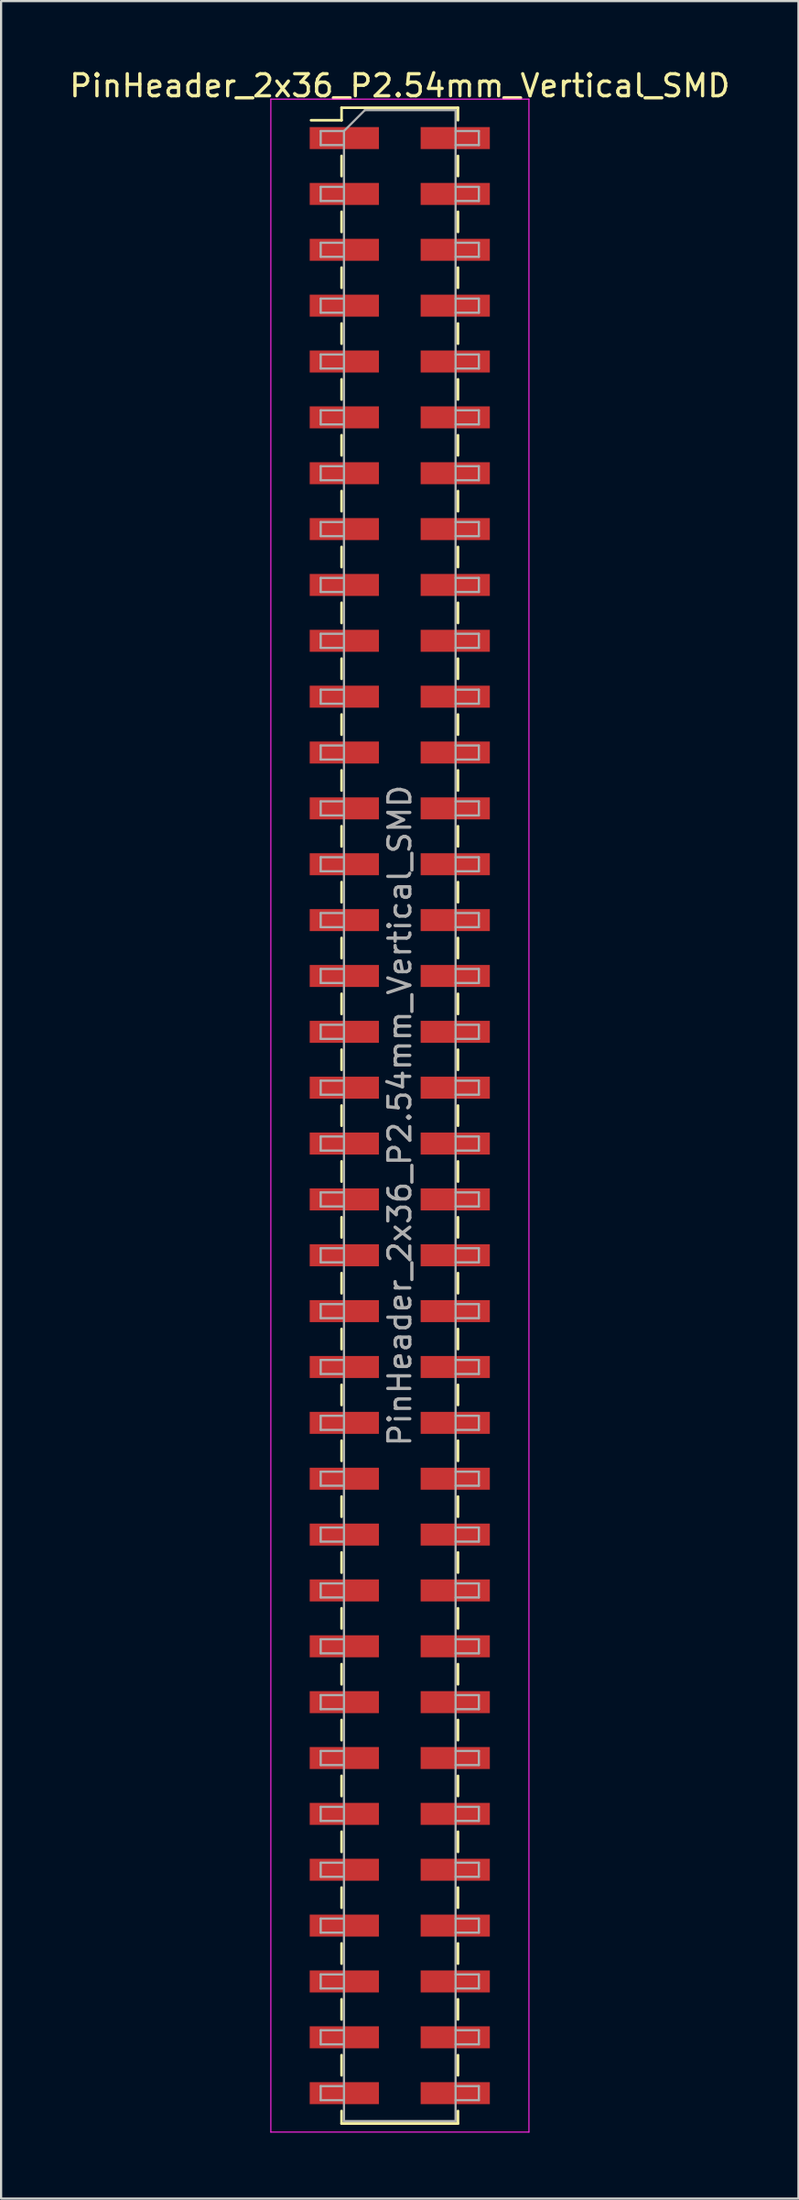
<source format=kicad_pcb>
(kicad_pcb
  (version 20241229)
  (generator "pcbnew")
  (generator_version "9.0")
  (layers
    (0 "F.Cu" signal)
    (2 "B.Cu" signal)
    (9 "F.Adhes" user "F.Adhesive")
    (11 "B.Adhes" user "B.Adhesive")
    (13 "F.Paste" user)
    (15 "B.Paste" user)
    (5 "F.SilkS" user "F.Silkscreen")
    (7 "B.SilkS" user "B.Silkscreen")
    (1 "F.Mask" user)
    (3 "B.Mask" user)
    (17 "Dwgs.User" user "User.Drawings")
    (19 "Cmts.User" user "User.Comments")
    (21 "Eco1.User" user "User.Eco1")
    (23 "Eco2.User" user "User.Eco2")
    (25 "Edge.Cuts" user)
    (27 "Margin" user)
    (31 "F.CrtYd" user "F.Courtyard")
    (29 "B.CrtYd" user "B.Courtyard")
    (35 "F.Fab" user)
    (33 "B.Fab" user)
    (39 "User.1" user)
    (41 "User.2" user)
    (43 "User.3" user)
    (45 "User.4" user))
  (footprint "PinHeader_2x36_P2.54mm_Vertical_SMD"
    (layer "F.Cu")
    (at 15.149 47.678)
    (property "Reference" "PinHeader_2x36_P2.54mm_Vertical_SMD" (at 0 -46.83 0) (layer "F.SilkS") (effects (font (size 1 1) (thickness 0.15))))
    (attr smd)
    (fp_line (start -4.04 -45.26) (end -2.65 -45.26) (stroke (width 0.12) (type solid)) (layer "F.SilkS"))
    (fp_line (start -2.65 -45.83) (end -2.65 -45.26) (stroke (width 0.12) (type solid)) (layer "F.SilkS"))
    (fp_line (start -2.65 -45.83) (end 2.65 -45.83) (stroke (width 0.12) (type solid)) (layer "F.SilkS"))
    (fp_line (start -2.65 -43.64) (end -2.65 -42.72) (stroke (width 0.12) (type solid)) (layer "F.SilkS"))
    (fp_line (start -2.65 -41.1) (end -2.65 -40.18) (stroke (width 0.12) (type solid)) (layer "F.SilkS"))
    (fp_line (start -2.65 -38.56) (end -2.65 -37.64) (stroke (width 0.12) (type solid)) (layer "F.SilkS"))
    (fp_line (start -2.65 -36.02) (end -2.65 -35.1) (stroke (width 0.12) (type solid)) (layer "F.SilkS"))
    (fp_line (start -2.65 -33.48) (end -2.65 -32.56) (stroke (width 0.12) (type solid)) (layer "F.SilkS"))
    (fp_line (start -2.65 -30.94) (end -2.65 -30.02) (stroke (width 0.12) (type solid)) (layer "F.SilkS"))
    (fp_line (start -2.65 -28.4) (end -2.65 -27.48) (stroke (width 0.12) (type solid)) (layer "F.SilkS"))
    (fp_line (start -2.65 -25.86) (end -2.65 -24.94) (stroke (width 0.12) (type solid)) (layer "F.SilkS"))
    (fp_line (start -2.65 -23.32) (end -2.65 -22.4) (stroke (width 0.12) (type solid)) (layer "F.SilkS"))
    (fp_line (start -2.65 -20.78) (end -2.65 -19.86) (stroke (width 0.12) (type solid)) (layer "F.SilkS"))
    (fp_line (start -2.65 -18.24) (end -2.65 -17.32) (stroke (width 0.12) (type solid)) (layer "F.SilkS"))
    (fp_line (start -2.65 -15.7) (end -2.65 -14.78) (stroke (width 0.12) (type solid)) (layer "F.SilkS"))
    (fp_line (start -2.65 -13.16) (end -2.65 -12.24) (stroke (width 0.12) (type solid)) (layer "F.SilkS"))
    (fp_line (start -2.65 -10.62) (end -2.65 -9.7) (stroke (width 0.12) (type solid)) (layer "F.SilkS"))
    (fp_line (start -2.65 -8.08) (end -2.65 -7.16) (stroke (width 0.12) (type solid)) (layer "F.SilkS"))
    (fp_line (start -2.65 -5.54) (end -2.65 -4.62) (stroke (width 0.12) (type solid)) (layer "F.SilkS"))
    (fp_line (start -2.65 -3) (end -2.65 -2.08) (stroke (width 0.12) (type solid)) (layer "F.SilkS"))
    (fp_line (start -2.65 -0.46) (end -2.65 0.46) (stroke (width 0.12) (type solid)) (layer "F.SilkS"))
    (fp_line (start -2.65 2.08) (end -2.65 3) (stroke (width 0.12) (type solid)) (layer "F.SilkS"))
    (fp_line (start -2.65 4.62) (end -2.65 5.54) (stroke (width 0.12) (type solid)) (layer "F.SilkS"))
    (fp_line (start -2.65 7.16) (end -2.65 8.08) (stroke (width 0.12) (type solid)) (layer "F.SilkS"))
    (fp_line (start -2.65 9.7) (end -2.65 10.62) (stroke (width 0.12) (type solid)) (layer "F.SilkS"))
    (fp_line (start -2.65 12.24) (end -2.65 13.16) (stroke (width 0.12) (type solid)) (layer "F.SilkS"))
    (fp_line (start -2.65 14.78) (end -2.65 15.7) (stroke (width 0.12) (type solid)) (layer "F.SilkS"))
    (fp_line (start -2.65 17.32) (end -2.65 18.24) (stroke (width 0.12) (type solid)) (layer "F.SilkS"))
    (fp_line (start -2.65 19.86) (end -2.65 20.78) (stroke (width 0.12) (type solid)) (layer "F.SilkS"))
    (fp_line (start -2.65 22.4) (end -2.65 23.32) (stroke (width 0.12) (type solid)) (layer "F.SilkS"))
    (fp_line (start -2.65 24.94) (end -2.65 25.86) (stroke (width 0.12) (type solid)) (layer "F.SilkS"))
    (fp_line (start -2.65 27.48) (end -2.65 28.4) (stroke (width 0.12) (type solid)) (layer "F.SilkS"))
    (fp_line (start -2.65 30.02) (end -2.65 30.94) (stroke (width 0.12) (type solid)) (layer "F.SilkS"))
    (fp_line (start -2.65 32.56) (end -2.65 33.48) (stroke (width 0.12) (type solid)) (layer "F.SilkS"))
    (fp_line (start -2.65 35.1) (end -2.65 36.02) (stroke (width 0.12) (type solid)) (layer "F.SilkS"))
    (fp_line (start -2.65 37.64) (end -2.65 38.56) (stroke (width 0.12) (type solid)) (layer "F.SilkS"))
    (fp_line (start -2.65 40.18) (end -2.65 41.1) (stroke (width 0.12) (type solid)) (layer "F.SilkS"))
    (fp_line (start -2.65 42.72) (end -2.65 43.64) (stroke (width 0.12) (type solid)) (layer "F.SilkS"))
    (fp_line (start -2.65 45.26) (end -2.65 45.83) (stroke (width 0.12) (type solid)) (layer "F.SilkS"))
    (fp_line (start -2.65 45.83) (end 2.65 45.83) (stroke (width 0.12) (type solid)) (layer "F.SilkS"))
    (fp_line (start 2.65 -45.83) (end 2.65 -45.26) (stroke (width 0.12) (type solid)) (layer "F.SilkS"))
    (fp_line (start 2.65 -43.64) (end 2.65 -42.72) (stroke (width 0.12) (type solid)) (layer "F.SilkS"))
    (fp_line (start 2.65 -41.1) (end 2.65 -40.18) (stroke (width 0.12) (type solid)) (layer "F.SilkS"))
    (fp_line (start 2.65 -38.56) (end 2.65 -37.64) (stroke (width 0.12) (type solid)) (layer "F.SilkS"))
    (fp_line (start 2.65 -36.02) (end 2.65 -35.1) (stroke (width 0.12) (type solid)) (layer "F.SilkS"))
    (fp_line (start 2.65 -33.48) (end 2.65 -32.56) (stroke (width 0.12) (type solid)) (layer "F.SilkS"))
    (fp_line (start 2.65 -30.94) (end 2.65 -30.02) (stroke (width 0.12) (type solid)) (layer "F.SilkS"))
    (fp_line (start 2.65 -28.4) (end 2.65 -27.48) (stroke (width 0.12) (type solid)) (layer "F.SilkS"))
    (fp_line (start 2.65 -25.86) (end 2.65 -24.94) (stroke (width 0.12) (type solid)) (layer "F.SilkS"))
    (fp_line (start 2.65 -23.32) (end 2.65 -22.4) (stroke (width 0.12) (type solid)) (layer "F.SilkS"))
    (fp_line (start 2.65 -20.78) (end 2.65 -19.86) (stroke (width 0.12) (type solid)) (layer "F.SilkS"))
    (fp_line (start 2.65 -18.24) (end 2.65 -17.32) (stroke (width 0.12) (type solid)) (layer "F.SilkS"))
    (fp_line (start 2.65 -15.7) (end 2.65 -14.78) (stroke (width 0.12) (type solid)) (layer "F.SilkS"))
    (fp_line (start 2.65 -13.16) (end 2.65 -12.24) (stroke (width 0.12) (type solid)) (layer "F.SilkS"))
    (fp_line (start 2.65 -10.62) (end 2.65 -9.7) (stroke (width 0.12) (type solid)) (layer "F.SilkS"))
    (fp_line (start 2.65 -8.08) (end 2.65 -7.16) (stroke (width 0.12) (type solid)) (layer "F.SilkS"))
    (fp_line (start 2.65 -5.54) (end 2.65 -4.62) (stroke (width 0.12) (type solid)) (layer "F.SilkS"))
    (fp_line (start 2.65 -3) (end 2.65 -2.08) (stroke (width 0.12) (type solid)) (layer "F.SilkS"))
    (fp_line (start 2.65 -0.46) (end 2.65 0.46) (stroke (width 0.12) (type solid)) (layer "F.SilkS"))
    (fp_line (start 2.65 2.08) (end 2.65 3) (stroke (width 0.12) (type solid)) (layer "F.SilkS"))
    (fp_line (start 2.65 4.62) (end 2.65 5.54) (stroke (width 0.12) (type solid)) (layer "F.SilkS"))
    (fp_line (start 2.65 7.16) (end 2.65 8.08) (stroke (width 0.12) (type solid)) (layer "F.SilkS"))
    (fp_line (start 2.65 9.7) (end 2.65 10.62) (stroke (width 0.12) (type solid)) (layer "F.SilkS"))
    (fp_line (start 2.65 12.24) (end 2.65 13.16) (stroke (width 0.12) (type solid)) (layer "F.SilkS"))
    (fp_line (start 2.65 14.78) (end 2.65 15.7) (stroke (width 0.12) (type solid)) (layer "F.SilkS"))
    (fp_line (start 2.65 17.32) (end 2.65 18.24) (stroke (width 0.12) (type solid)) (layer "F.SilkS"))
    (fp_line (start 2.65 19.86) (end 2.65 20.78) (stroke (width 0.12) (type solid)) (layer "F.SilkS"))
    (fp_line (start 2.65 22.4) (end 2.65 23.32) (stroke (width 0.12) (type solid)) (layer "F.SilkS"))
    (fp_line (start 2.65 24.94) (end 2.65 25.86) (stroke (width 0.12) (type solid)) (layer "F.SilkS"))
    (fp_line (start 2.65 27.48) (end 2.65 28.4) (stroke (width 0.12) (type solid)) (layer "F.SilkS"))
    (fp_line (start 2.65 30.02) (end 2.65 30.94) (stroke (width 0.12) (type solid)) (layer "F.SilkS"))
    (fp_line (start 2.65 32.56) (end 2.65 33.48) (stroke (width 0.12) (type solid)) (layer "F.SilkS"))
    (fp_line (start 2.65 35.1) (end 2.65 36.02) (stroke (width 0.12) (type solid)) (layer "F.SilkS"))
    (fp_line (start 2.65 37.64) (end 2.65 38.56) (stroke (width 0.12) (type solid)) (layer "F.SilkS"))
    (fp_line (start 2.65 40.18) (end 2.65 41.1) (stroke (width 0.12) (type solid)) (layer "F.SilkS"))
    (fp_line (start 2.65 42.72) (end 2.65 43.64) (stroke (width 0.12) (type solid)) (layer "F.SilkS"))
    (fp_line (start 2.65 45.26) (end 2.65 45.83) (stroke (width 0.12) (type solid)) (layer "F.SilkS"))
    (fp_line (start -5.87 -46.22) (end -5.87 46.22) (stroke (width 0.05) (type solid)) (layer "F.CrtYd"))
    (fp_line (start -5.87 46.22) (end 5.88 46.22) (stroke (width 0.05) (type solid)) (layer "F.CrtYd"))
    (fp_line (start 5.88 -46.22) (end -5.87 -46.22) (stroke (width 0.05) (type solid)) (layer "F.CrtYd"))
    (fp_line (start 5.88 46.22) (end 5.88 -46.22) (stroke (width 0.05) (type solid)) (layer "F.CrtYd"))
    (fp_line (start -3.6 -44.77) (end -3.6 -44.13) (stroke (width 0.1) (type solid)) (layer "F.Fab"))
    (fp_line (start -3.6 -44.13) (end -2.54 -44.13) (stroke (width 0.1) (type solid)) (layer "F.Fab"))
    (fp_line (start -3.6 -42.23) (end -3.6 -41.59) (stroke (width 0.1) (type solid)) (layer "F.Fab"))
    (fp_line (start -3.6 -41.59) (end -2.54 -41.59) (stroke (width 0.1) (type solid)) (layer "F.Fab"))
    (fp_line (start -3.6 -39.69) (end -3.6 -39.05) (stroke (width 0.1) (type solid)) (layer "F.Fab"))
    (fp_line (start -3.6 -39.05) (end -2.54 -39.05) (stroke (width 0.1) (type solid)) (layer "F.Fab"))
    (fp_line (start -3.6 -37.15) (end -3.6 -36.51) (stroke (width 0.1) (type solid)) (layer "F.Fab"))
    (fp_line (start -3.6 -36.51) (end -2.54 -36.51) (stroke (width 0.1) (type solid)) (layer "F.Fab"))
    (fp_line (start -3.6 -34.61) (end -3.6 -33.97) (stroke (width 0.1) (type solid)) (layer "F.Fab"))
    (fp_line (start -3.6 -33.97) (end -2.54 -33.97) (stroke (width 0.1) (type solid)) (layer "F.Fab"))
    (fp_line (start -3.6 -32.07) (end -3.6 -31.43) (stroke (width 0.1) (type solid)) (layer "F.Fab"))
    (fp_line (start -3.6 -31.43) (end -2.54 -31.43) (stroke (width 0.1) (type solid)) (layer "F.Fab"))
    (fp_line (start -3.6 -29.53) (end -3.6 -28.89) (stroke (width 0.1) (type solid)) (layer "F.Fab"))
    (fp_line (start -3.6 -28.89) (end -2.54 -28.89) (stroke (width 0.1) (type solid)) (layer "F.Fab"))
    (fp_line (start -3.6 -26.99) (end -3.6 -26.35) (stroke (width 0.1) (type solid)) (layer "F.Fab"))
    (fp_line (start -3.6 -26.35) (end -2.54 -26.35) (stroke (width 0.1) (type solid)) (layer "F.Fab"))
    (fp_line (start -3.6 -24.45) (end -3.6 -23.81) (stroke (width 0.1) (type solid)) (layer "F.Fab"))
    (fp_line (start -3.6 -23.81) (end -2.54 -23.81) (stroke (width 0.1) (type solid)) (layer "F.Fab"))
    (fp_line (start -3.6 -21.91) (end -3.6 -21.27) (stroke (width 0.1) (type solid)) (layer "F.Fab"))
    (fp_line (start -3.6 -21.27) (end -2.54 -21.27) (stroke (width 0.1) (type solid)) (layer "F.Fab"))
    (fp_line (start -3.6 -19.37) (end -3.6 -18.73) (stroke (width 0.1) (type solid)) (layer "F.Fab"))
    (fp_line (start -3.6 -18.73) (end -2.54 -18.73) (stroke (width 0.1) (type solid)) (layer "F.Fab"))
    (fp_line (start -3.6 -16.83) (end -3.6 -16.19) (stroke (width 0.1) (type solid)) (layer "F.Fab"))
    (fp_line (start -3.6 -16.19) (end -2.54 -16.19) (stroke (width 0.1) (type solid)) (layer "F.Fab"))
    (fp_line (start -3.6 -14.29) (end -3.6 -13.65) (stroke (width 0.1) (type solid)) (layer "F.Fab"))
    (fp_line (start -3.6 -13.65) (end -2.54 -13.65) (stroke (width 0.1) (type solid)) (layer "F.Fab"))
    (fp_line (start -3.6 -11.75) (end -3.6 -11.11) (stroke (width 0.1) (type solid)) (layer "F.Fab"))
    (fp_line (start -3.6 -11.11) (end -2.54 -11.11) (stroke (width 0.1) (type solid)) (layer "F.Fab"))
    (fp_line (start -3.6 -9.21) (end -3.6 -8.57) (stroke (width 0.1) (type solid)) (layer "F.Fab"))
    (fp_line (start -3.6 -8.57) (end -2.54 -8.57) (stroke (width 0.1) (type solid)) (layer "F.Fab"))
    (fp_line (start -3.6 -6.67) (end -3.6 -6.03) (stroke (width 0.1) (type solid)) (layer "F.Fab"))
    (fp_line (start -3.6 -6.03) (end -2.54 -6.03) (stroke (width 0.1) (type solid)) (layer "F.Fab"))
    (fp_line (start -3.6 -4.13) (end -3.6 -3.49) (stroke (width 0.1) (type solid)) (layer "F.Fab"))
    (fp_line (start -3.6 -3.49) (end -2.54 -3.49) (stroke (width 0.1) (type solid)) (layer "F.Fab"))
    (fp_line (start -3.6 -1.59) (end -3.6 -0.95) (stroke (width 0.1) (type solid)) (layer "F.Fab"))
    (fp_line (start -3.6 -0.95) (end -2.54 -0.95) (stroke (width 0.1) (type solid)) (layer "F.Fab"))
    (fp_line (start -3.6 0.95) (end -3.6 1.59) (stroke (width 0.1) (type solid)) (layer "F.Fab"))
    (fp_line (start -3.6 1.59) (end -2.54 1.59) (stroke (width 0.1) (type solid)) (layer "F.Fab"))
    (fp_line (start -3.6 3.49) (end -3.6 4.13) (stroke (width 0.1) (type solid)) (layer "F.Fab"))
    (fp_line (start -3.6 4.13) (end -2.54 4.13) (stroke (width 0.1) (type solid)) (layer "F.Fab"))
    (fp_line (start -3.6 6.03) (end -3.6 6.67) (stroke (width 0.1) (type solid)) (layer "F.Fab"))
    (fp_line (start -3.6 6.67) (end -2.54 6.67) (stroke (width 0.1) (type solid)) (layer "F.Fab"))
    (fp_line (start -3.6 8.57) (end -3.6 9.21) (stroke (width 0.1) (type solid)) (layer "F.Fab"))
    (fp_line (start -3.6 9.21) (end -2.54 9.21) (stroke (width 0.1) (type solid)) (layer "F.Fab"))
    (fp_line (start -3.6 11.11) (end -3.6 11.75) (stroke (width 0.1) (type solid)) (layer "F.Fab"))
    (fp_line (start -3.6 11.75) (end -2.54 11.75) (stroke (width 0.1) (type solid)) (layer "F.Fab"))
    (fp_line (start -3.6 13.65) (end -3.6 14.29) (stroke (width 0.1) (type solid)) (layer "F.Fab"))
    (fp_line (start -3.6 14.29) (end -2.54 14.29) (stroke (width 0.1) (type solid)) (layer "F.Fab"))
    (fp_line (start -3.6 16.19) (end -3.6 16.83) (stroke (width 0.1) (type solid)) (layer "F.Fab"))
    (fp_line (start -3.6 16.83) (end -2.54 16.83) (stroke (width 0.1) (type solid)) (layer "F.Fab"))
    (fp_line (start -3.6 18.73) (end -3.6 19.37) (stroke (width 0.1) (type solid)) (layer "F.Fab"))
    (fp_line (start -3.6 19.37) (end -2.54 19.37) (stroke (width 0.1) (type solid)) (layer "F.Fab"))
    (fp_line (start -3.6 21.27) (end -3.6 21.91) (stroke (width 0.1) (type solid)) (layer "F.Fab"))
    (fp_line (start -3.6 21.91) (end -2.54 21.91) (stroke (width 0.1) (type solid)) (layer "F.Fab"))
    (fp_line (start -3.6 23.81) (end -3.6 24.45) (stroke (width 0.1) (type solid)) (layer "F.Fab"))
    (fp_line (start -3.6 24.45) (end -2.54 24.45) (stroke (width 0.1) (type solid)) (layer "F.Fab"))
    (fp_line (start -3.6 26.35) (end -3.6 26.99) (stroke (width 0.1) (type solid)) (layer "F.Fab"))
    (fp_line (start -3.6 26.99) (end -2.54 26.99) (stroke (width 0.1) (type solid)) (layer "F.Fab"))
    (fp_line (start -3.6 28.89) (end -3.6 29.53) (stroke (width 0.1) (type solid)) (layer "F.Fab"))
    (fp_line (start -3.6 29.53) (end -2.54 29.53) (stroke (width 0.1) (type solid)) (layer "F.Fab"))
    (fp_line (start -3.6 31.43) (end -3.6 32.07) (stroke (width 0.1) (type solid)) (layer "F.Fab"))
    (fp_line (start -3.6 32.07) (end -2.54 32.07) (stroke (width 0.1) (type solid)) (layer "F.Fab"))
    (fp_line (start -3.6 33.97) (end -3.6 34.61) (stroke (width 0.1) (type solid)) (layer "F.Fab"))
    (fp_line (start -3.6 34.61) (end -2.54 34.61) (stroke (width 0.1) (type solid)) (layer "F.Fab"))
    (fp_line (start -3.6 36.51) (end -3.6 37.15) (stroke (width 0.1) (type solid)) (layer "F.Fab"))
    (fp_line (start -3.6 37.15) (end -2.54 37.15) (stroke (width 0.1) (type solid)) (layer "F.Fab"))
    (fp_line (start -3.6 39.05) (end -3.6 39.69) (stroke (width 0.1) (type solid)) (layer "F.Fab"))
    (fp_line (start -3.6 39.69) (end -2.54 39.69) (stroke (width 0.1) (type solid)) (layer "F.Fab"))
    (fp_line (start -3.6 41.59) (end -3.6 42.23) (stroke (width 0.1) (type solid)) (layer "F.Fab"))
    (fp_line (start -3.6 42.23) (end -2.54 42.23) (stroke (width 0.1) (type solid)) (layer "F.Fab"))
    (fp_line (start -3.6 44.13) (end -3.6 44.77) (stroke (width 0.1) (type solid)) (layer "F.Fab"))
    (fp_line (start -3.6 44.77) (end -2.54 44.77) (stroke (width 0.1) (type solid)) (layer "F.Fab"))
    (fp_line (start -2.54 -44.77) (end -3.6 -44.77) (stroke (width 0.1) (type solid)) (layer "F.Fab"))
    (fp_line (start -2.54 -44.77) (end -1.59 -45.72) (stroke (width 0.1) (type solid)) (layer "F.Fab"))
    (fp_line (start -2.54 -42.23) (end -3.6 -42.23) (stroke (width 0.1) (type solid)) (layer "F.Fab"))
    (fp_line (start -2.54 -39.69) (end -3.6 -39.69) (stroke (width 0.1) (type solid)) (layer "F.Fab"))
    (fp_line (start -2.54 -37.15) (end -3.6 -37.15) (stroke (width 0.1) (type solid)) (layer "F.Fab"))
    (fp_line (start -2.54 -34.61) (end -3.6 -34.61) (stroke (width 0.1) (type solid)) (layer "F.Fab"))
    (fp_line (start -2.54 -32.07) (end -3.6 -32.07) (stroke (width 0.1) (type solid)) (layer "F.Fab"))
    (fp_line (start -2.54 -29.53) (end -3.6 -29.53) (stroke (width 0.1) (type solid)) (layer "F.Fab"))
    (fp_line (start -2.54 -26.99) (end -3.6 -26.99) (stroke (width 0.1) (type solid)) (layer "F.Fab"))
    (fp_line (start -2.54 -24.45) (end -3.6 -24.45) (stroke (width 0.1) (type solid)) (layer "F.Fab"))
    (fp_line (start -2.54 -21.91) (end -3.6 -21.91) (stroke (width 0.1) (type solid)) (layer "F.Fab"))
    (fp_line (start -2.54 -19.37) (end -3.6 -19.37) (stroke (width 0.1) (type solid)) (layer "F.Fab"))
    (fp_line (start -2.54 -16.83) (end -3.6 -16.83) (stroke (width 0.1) (type solid)) (layer "F.Fab"))
    (fp_line (start -2.54 -14.29) (end -3.6 -14.29) (stroke (width 0.1) (type solid)) (layer "F.Fab"))
    (fp_line (start -2.54 -11.75) (end -3.6 -11.75) (stroke (width 0.1) (type solid)) (layer "F.Fab"))
    (fp_line (start -2.54 -9.21) (end -3.6 -9.21) (stroke (width 0.1) (type solid)) (layer "F.Fab"))
    (fp_line (start -2.54 -6.67) (end -3.6 -6.67) (stroke (width 0.1) (type solid)) (layer "F.Fab"))
    (fp_line (start -2.54 -4.13) (end -3.6 -4.13) (stroke (width 0.1) (type solid)) (layer "F.Fab"))
    (fp_line (start -2.54 -1.59) (end -3.6 -1.59) (stroke (width 0.1) (type solid)) (layer "F.Fab"))
    (fp_line (start -2.54 0.95) (end -3.6 0.95) (stroke (width 0.1) (type solid)) (layer "F.Fab"))
    (fp_line (start -2.54 3.49) (end -3.6 3.49) (stroke (width 0.1) (type solid)) (layer "F.Fab"))
    (fp_line (start -2.54 6.03) (end -3.6 6.03) (stroke (width 0.1) (type solid)) (layer "F.Fab"))
    (fp_line (start -2.54 8.57) (end -3.6 8.57) (stroke (width 0.1) (type solid)) (layer "F.Fab"))
    (fp_line (start -2.54 11.11) (end -3.6 11.11) (stroke (width 0.1) (type solid)) (layer "F.Fab"))
    (fp_line (start -2.54 13.65) (end -3.6 13.65) (stroke (width 0.1) (type solid)) (layer "F.Fab"))
    (fp_line (start -2.54 16.19) (end -3.6 16.19) (stroke (width 0.1) (type solid)) (layer "F.Fab"))
    (fp_line (start -2.54 18.73) (end -3.6 18.73) (stroke (width 0.1) (type solid)) (layer "F.Fab"))
    (fp_line (start -2.54 21.27) (end -3.6 21.27) (stroke (width 0.1) (type solid)) (layer "F.Fab"))
    (fp_line (start -2.54 23.81) (end -3.6 23.81) (stroke (width 0.1) (type solid)) (layer "F.Fab"))
    (fp_line (start -2.54 26.35) (end -3.6 26.35) (stroke (width 0.1) (type solid)) (layer "F.Fab"))
    (fp_line (start -2.54 28.89) (end -3.6 28.89) (stroke (width 0.1) (type solid)) (layer "F.Fab"))
    (fp_line (start -2.54 31.43) (end -3.6 31.43) (stroke (width 0.1) (type solid)) (layer "F.Fab"))
    (fp_line (start -2.54 33.97) (end -3.6 33.97) (stroke (width 0.1) (type solid)) (layer "F.Fab"))
    (fp_line (start -2.54 36.51) (end -3.6 36.51) (stroke (width 0.1) (type solid)) (layer "F.Fab"))
    (fp_line (start -2.54 39.05) (end -3.6 39.05) (stroke (width 0.1) (type solid)) (layer "F.Fab"))
    (fp_line (start -2.54 41.59) (end -3.6 41.59) (stroke (width 0.1) (type solid)) (layer "F.Fab"))
    (fp_line (start -2.54 44.13) (end -3.6 44.13) (stroke (width 0.1) (type solid)) (layer "F.Fab"))
    (fp_line (start -2.54 45.72) (end -2.54 -44.77) (stroke (width 0.1) (type solid)) (layer "F.Fab"))
    (fp_line (start -1.59 -45.72) (end 2.54 -45.72) (stroke (width 0.1) (type solid)) (layer "F.Fab"))
    (fp_line (start 2.54 -45.72) (end 2.54 45.72) (stroke (width 0.1) (type solid)) (layer "F.Fab"))
    (fp_line (start 2.54 -44.77) (end 3.6 -44.77) (stroke (width 0.1) (type solid)) (layer "F.Fab"))
    (fp_line (start 2.54 -42.23) (end 3.6 -42.23) (stroke (width 0.1) (type solid)) (layer "F.Fab"))
    (fp_line (start 2.54 -39.69) (end 3.6 -39.69) (stroke (width 0.1) (type solid)) (layer "F.Fab"))
    (fp_line (start 2.54 -37.15) (end 3.6 -37.15) (stroke (width 0.1) (type solid)) (layer "F.Fab"))
    (fp_line (start 2.54 -34.61) (end 3.6 -34.61) (stroke (width 0.1) (type solid)) (layer "F.Fab"))
    (fp_line (start 2.54 -32.07) (end 3.6 -32.07) (stroke (width 0.1) (type solid)) (layer "F.Fab"))
    (fp_line (start 2.54 -29.53) (end 3.6 -29.53) (stroke (width 0.1) (type solid)) (layer "F.Fab"))
    (fp_line (start 2.54 -26.99) (end 3.6 -26.99) (stroke (width 0.1) (type solid)) (layer "F.Fab"))
    (fp_line (start 2.54 -24.45) (end 3.6 -24.45) (stroke (width 0.1) (type solid)) (layer "F.Fab"))
    (fp_line (start 2.54 -21.91) (end 3.6 -21.91) (stroke (width 0.1) (type solid)) (layer "F.Fab"))
    (fp_line (start 2.54 -19.37) (end 3.6 -19.37) (stroke (width 0.1) (type solid)) (layer "F.Fab"))
    (fp_line (start 2.54 -16.83) (end 3.6 -16.83) (stroke (width 0.1) (type solid)) (layer "F.Fab"))
    (fp_line (start 2.54 -14.29) (end 3.6 -14.29) (stroke (width 0.1) (type solid)) (layer "F.Fab"))
    (fp_line (start 2.54 -11.75) (end 3.6 -11.75) (stroke (width 0.1) (type solid)) (layer "F.Fab"))
    (fp_line (start 2.54 -9.21) (end 3.6 -9.21) (stroke (width 0.1) (type solid)) (layer "F.Fab"))
    (fp_line (start 2.54 -6.67) (end 3.6 -6.67) (stroke (width 0.1) (type solid)) (layer "F.Fab"))
    (fp_line (start 2.54 -4.13) (end 3.6 -4.13) (stroke (width 0.1) (type solid)) (layer "F.Fab"))
    (fp_line (start 2.54 -1.59) (end 3.6 -1.59) (stroke (width 0.1) (type solid)) (layer "F.Fab"))
    (fp_line (start 2.54 0.95) (end 3.6 0.95) (stroke (width 0.1) (type solid)) (layer "F.Fab"))
    (fp_line (start 2.54 3.49) (end 3.6 3.49) (stroke (width 0.1) (type solid)) (layer "F.Fab"))
    (fp_line (start 2.54 6.03) (end 3.6 6.03) (stroke (width 0.1) (type solid)) (layer "F.Fab"))
    (fp_line (start 2.54 8.57) (end 3.6 8.57) (stroke (width 0.1) (type solid)) (layer "F.Fab"))
    (fp_line (start 2.54 11.11) (end 3.6 11.11) (stroke (width 0.1) (type solid)) (layer "F.Fab"))
    (fp_line (start 2.54 13.65) (end 3.6 13.65) (stroke (width 0.1) (type solid)) (layer "F.Fab"))
    (fp_line (start 2.54 16.19) (end 3.6 16.19) (stroke (width 0.1) (type solid)) (layer "F.Fab"))
    (fp_line (start 2.54 18.73) (end 3.6 18.73) (stroke (width 0.1) (type solid)) (layer "F.Fab"))
    (fp_line (start 2.54 21.27) (end 3.6 21.27) (stroke (width 0.1) (type solid)) (layer "F.Fab"))
    (fp_line (start 2.54 23.81) (end 3.6 23.81) (stroke (width 0.1) (type solid)) (layer "F.Fab"))
    (fp_line (start 2.54 26.35) (end 3.6 26.35) (stroke (width 0.1) (type solid)) (layer "F.Fab"))
    (fp_line (start 2.54 28.89) (end 3.6 28.89) (stroke (width 0.1) (type solid)) (layer "F.Fab"))
    (fp_line (start 2.54 31.43) (end 3.6 31.43) (stroke (width 0.1) (type solid)) (layer "F.Fab"))
    (fp_line (start 2.54 33.97) (end 3.6 33.97) (stroke (width 0.1) (type solid)) (layer "F.Fab"))
    (fp_line (start 2.54 36.51) (end 3.6 36.51) (stroke (width 0.1) (type solid)) (layer "F.Fab"))
    (fp_line (start 2.54 39.05) (end 3.6 39.05) (stroke (width 0.1) (type solid)) (layer "F.Fab"))
    (fp_line (start 2.54 41.59) (end 3.6 41.59) (stroke (width 0.1) (type solid)) (layer "F.Fab"))
    (fp_line (start 2.54 44.13) (end 3.6 44.13) (stroke (width 0.1) (type solid)) (layer "F.Fab"))
    (fp_line (start 2.54 45.72) (end -2.54 45.72) (stroke (width 0.1) (type solid)) (layer "F.Fab"))
    (fp_line (start 3.6 -44.77) (end 3.6 -44.13) (stroke (width 0.1) (type solid)) (layer "F.Fab"))
    (fp_line (start 3.6 -44.13) (end 2.54 -44.13) (stroke (width 0.1) (type solid)) (layer "F.Fab"))
    (fp_line (start 3.6 -42.23) (end 3.6 -41.59) (stroke (width 0.1) (type solid)) (layer "F.Fab"))
    (fp_line (start 3.6 -41.59) (end 2.54 -41.59) (stroke (width 0.1) (type solid)) (layer "F.Fab"))
    (fp_line (start 3.6 -39.69) (end 3.6 -39.05) (stroke (width 0.1) (type solid)) (layer "F.Fab"))
    (fp_line (start 3.6 -39.05) (end 2.54 -39.05) (stroke (width 0.1) (type solid)) (layer "F.Fab"))
    (fp_line (start 3.6 -37.15) (end 3.6 -36.51) (stroke (width 0.1) (type solid)) (layer "F.Fab"))
    (fp_line (start 3.6 -36.51) (end 2.54 -36.51) (stroke (width 0.1) (type solid)) (layer "F.Fab"))
    (fp_line (start 3.6 -34.61) (end 3.6 -33.97) (stroke (width 0.1) (type solid)) (layer "F.Fab"))
    (fp_line (start 3.6 -33.97) (end 2.54 -33.97) (stroke (width 0.1) (type solid)) (layer "F.Fab"))
    (fp_line (start 3.6 -32.07) (end 3.6 -31.43) (stroke (width 0.1) (type solid)) (layer "F.Fab"))
    (fp_line (start 3.6 -31.43) (end 2.54 -31.43) (stroke (width 0.1) (type solid)) (layer "F.Fab"))
    (fp_line (start 3.6 -29.53) (end 3.6 -28.89) (stroke (width 0.1) (type solid)) (layer "F.Fab"))
    (fp_line (start 3.6 -28.89) (end 2.54 -28.89) (stroke (width 0.1) (type solid)) (layer "F.Fab"))
    (fp_line (start 3.6 -26.99) (end 3.6 -26.35) (stroke (width 0.1) (type solid)) (layer "F.Fab"))
    (fp_line (start 3.6 -26.35) (end 2.54 -26.35) (stroke (width 0.1) (type solid)) (layer "F.Fab"))
    (fp_line (start 3.6 -24.45) (end 3.6 -23.81) (stroke (width 0.1) (type solid)) (layer "F.Fab"))
    (fp_line (start 3.6 -23.81) (end 2.54 -23.81) (stroke (width 0.1) (type solid)) (layer "F.Fab"))
    (fp_line (start 3.6 -21.91) (end 3.6 -21.27) (stroke (width 0.1) (type solid)) (layer "F.Fab"))
    (fp_line (start 3.6 -21.27) (end 2.54 -21.27) (stroke (width 0.1) (type solid)) (layer "F.Fab"))
    (fp_line (start 3.6 -19.37) (end 3.6 -18.73) (stroke (width 0.1) (type solid)) (layer "F.Fab"))
    (fp_line (start 3.6 -18.73) (end 2.54 -18.73) (stroke (width 0.1) (type solid)) (layer "F.Fab"))
    (fp_line (start 3.6 -16.83) (end 3.6 -16.19) (stroke (width 0.1) (type solid)) (layer "F.Fab"))
    (fp_line (start 3.6 -16.19) (end 2.54 -16.19) (stroke (width 0.1) (type solid)) (layer "F.Fab"))
    (fp_line (start 3.6 -14.29) (end 3.6 -13.65) (stroke (width 0.1) (type solid)) (layer "F.Fab"))
    (fp_line (start 3.6 -13.65) (end 2.54 -13.65) (stroke (width 0.1) (type solid)) (layer "F.Fab"))
    (fp_line (start 3.6 -11.75) (end 3.6 -11.11) (stroke (width 0.1) (type solid)) (layer "F.Fab"))
    (fp_line (start 3.6 -11.11) (end 2.54 -11.11) (stroke (width 0.1) (type solid)) (layer "F.Fab"))
    (fp_line (start 3.6 -9.21) (end 3.6 -8.57) (stroke (width 0.1) (type solid)) (layer "F.Fab"))
    (fp_line (start 3.6 -8.57) (end 2.54 -8.57) (stroke (width 0.1) (type solid)) (layer "F.Fab"))
    (fp_line (start 3.6 -6.67) (end 3.6 -6.03) (stroke (width 0.1) (type solid)) (layer "F.Fab"))
    (fp_line (start 3.6 -6.03) (end 2.54 -6.03) (stroke (width 0.1) (type solid)) (layer "F.Fab"))
    (fp_line (start 3.6 -4.13) (end 3.6 -3.49) (stroke (width 0.1) (type solid)) (layer "F.Fab"))
    (fp_line (start 3.6 -3.49) (end 2.54 -3.49) (stroke (width 0.1) (type solid)) (layer "F.Fab"))
    (fp_line (start 3.6 -1.59) (end 3.6 -0.95) (stroke (width 0.1) (type solid)) (layer "F.Fab"))
    (fp_line (start 3.6 -0.95) (end 2.54 -0.95) (stroke (width 0.1) (type solid)) (layer "F.Fab"))
    (fp_line (start 3.6 0.95) (end 3.6 1.59) (stroke (width 0.1) (type solid)) (layer "F.Fab"))
    (fp_line (start 3.6 1.59) (end 2.54 1.59) (stroke (width 0.1) (type solid)) (layer "F.Fab"))
    (fp_line (start 3.6 3.49) (end 3.6 4.13) (stroke (width 0.1) (type solid)) (layer "F.Fab"))
    (fp_line (start 3.6 4.13) (end 2.54 4.13) (stroke (width 0.1) (type solid)) (layer "F.Fab"))
    (fp_line (start 3.6 6.03) (end 3.6 6.67) (stroke (width 0.1) (type solid)) (layer "F.Fab"))
    (fp_line (start 3.6 6.67) (end 2.54 6.67) (stroke (width 0.1) (type solid)) (layer "F.Fab"))
    (fp_line (start 3.6 8.57) (end 3.6 9.21) (stroke (width 0.1) (type solid)) (layer "F.Fab"))
    (fp_line (start 3.6 9.21) (end 2.54 9.21) (stroke (width 0.1) (type solid)) (layer "F.Fab"))
    (fp_line (start 3.6 11.11) (end 3.6 11.75) (stroke (width 0.1) (type solid)) (layer "F.Fab"))
    (fp_line (start 3.6 11.75) (end 2.54 11.75) (stroke (width 0.1) (type solid)) (layer "F.Fab"))
    (fp_line (start 3.6 13.65) (end 3.6 14.29) (stroke (width 0.1) (type solid)) (layer "F.Fab"))
    (fp_line (start 3.6 14.29) (end 2.54 14.29) (stroke (width 0.1) (type solid)) (layer "F.Fab"))
    (fp_line (start 3.6 16.19) (end 3.6 16.83) (stroke (width 0.1) (type solid)) (layer "F.Fab"))
    (fp_line (start 3.6 16.83) (end 2.54 16.83) (stroke (width 0.1) (type solid)) (layer "F.Fab"))
    (fp_line (start 3.6 18.73) (end 3.6 19.37) (stroke (width 0.1) (type solid)) (layer "F.Fab"))
    (fp_line (start 3.6 19.37) (end 2.54 19.37) (stroke (width 0.1) (type solid)) (layer "F.Fab"))
    (fp_line (start 3.6 21.27) (end 3.6 21.91) (stroke (width 0.1) (type solid)) (layer "F.Fab"))
    (fp_line (start 3.6 21.91) (end 2.54 21.91) (stroke (width 0.1) (type solid)) (layer "F.Fab"))
    (fp_line (start 3.6 23.81) (end 3.6 24.45) (stroke (width 0.1) (type solid)) (layer "F.Fab"))
    (fp_line (start 3.6 24.45) (end 2.54 24.45) (stroke (width 0.1) (type solid)) (layer "F.Fab"))
    (fp_line (start 3.6 26.35) (end 3.6 26.99) (stroke (width 0.1) (type solid)) (layer "F.Fab"))
    (fp_line (start 3.6 26.99) (end 2.54 26.99) (stroke (width 0.1) (type solid)) (layer "F.Fab"))
    (fp_line (start 3.6 28.89) (end 3.6 29.53) (stroke (width 0.1) (type solid)) (layer "F.Fab"))
    (fp_line (start 3.6 29.53) (end 2.54 29.53) (stroke (width 0.1) (type solid)) (layer "F.Fab"))
    (fp_line (start 3.6 31.43) (end 3.6 32.07) (stroke (width 0.1) (type solid)) (layer "F.Fab"))
    (fp_line (start 3.6 32.07) (end 2.54 32.07) (stroke (width 0.1) (type solid)) (layer "F.Fab"))
    (fp_line (start 3.6 33.97) (end 3.6 34.61) (stroke (width 0.1) (type solid)) (layer "F.Fab"))
    (fp_line (start 3.6 34.61) (end 2.54 34.61) (stroke (width 0.1) (type solid)) (layer "F.Fab"))
    (fp_line (start 3.6 36.51) (end 3.6 37.15) (stroke (width 0.1) (type solid)) (layer "F.Fab"))
    (fp_line (start 3.6 37.15) (end 2.54 37.15) (stroke (width 0.1) (type solid)) (layer "F.Fab"))
    (fp_line (start 3.6 39.05) (end 3.6 39.69) (stroke (width 0.1) (type solid)) (layer "F.Fab"))
    (fp_line (start 3.6 39.69) (end 2.54 39.69) (stroke (width 0.1) (type solid)) (layer "F.Fab"))
    (fp_line (start 3.6 41.59) (end 3.6 42.23) (stroke (width 0.1) (type solid)) (layer "F.Fab"))
    (fp_line (start 3.6 42.23) (end 2.54 42.23) (stroke (width 0.1) (type solid)) (layer "F.Fab"))
    (fp_line (start 3.6 44.13) (end 3.6 44.77) (stroke (width 0.1) (type solid)) (layer "F.Fab"))
    (fp_line (start 3.6 44.77) (end 2.54 44.77) (stroke (width 0.1) (type solid)) (layer "F.Fab"))
    (fp_text user "${REFERENCE}" (at 0 0 90) (layer "F.Fab") (effects (font (size 1 1) (thickness 0.15))))
    (pad "1" smd rect (at -2.525 -44.45) (size 3.15 1) (layers "F.Cu" "F.Mask" "F.Paste"))
    (pad "2" smd rect (at 2.525 -44.45) (size 3.15 1) (layers "F.Cu" "F.Mask" "F.Paste"))
    (pad "3" smd rect (at -2.525 -41.91) (size 3.15 1) (layers "F.Cu" "F.Mask" "F.Paste"))
    (pad "4" smd rect (at 2.525 -41.91) (size 3.15 1) (layers "F.Cu" "F.Mask" "F.Paste"))
    (pad "5" smd rect (at -2.525 -39.37) (size 3.15 1) (layers "F.Cu" "F.Mask" "F.Paste"))
    (pad "6" smd rect (at 2.525 -39.37) (size 3.15 1) (layers "F.Cu" "F.Mask" "F.Paste"))
    (pad "7" smd rect (at -2.525 -36.83) (size 3.15 1) (layers "F.Cu" "F.Mask" "F.Paste"))
    (pad "8" smd rect (at 2.525 -36.83) (size 3.15 1) (layers "F.Cu" "F.Mask" "F.Paste"))
    (pad "9" smd rect (at -2.525 -34.29) (size 3.15 1) (layers "F.Cu" "F.Mask" "F.Paste"))
    (pad "10" smd rect (at 2.525 -34.29) (size 3.15 1) (layers "F.Cu" "F.Mask" "F.Paste"))
    (pad "11" smd rect (at -2.525 -31.75) (size 3.15 1) (layers "F.Cu" "F.Mask" "F.Paste"))
    (pad "12" smd rect (at 2.525 -31.75) (size 3.15 1) (layers "F.Cu" "F.Mask" "F.Paste"))
    (pad "13" smd rect (at -2.525 -29.21) (size 3.15 1) (layers "F.Cu" "F.Mask" "F.Paste"))
    (pad "14" smd rect (at 2.525 -29.21) (size 3.15 1) (layers "F.Cu" "F.Mask" "F.Paste"))
    (pad "15" smd rect (at -2.525 -26.67) (size 3.15 1) (layers "F.Cu" "F.Mask" "F.Paste"))
    (pad "16" smd rect (at 2.525 -26.67) (size 3.15 1) (layers "F.Cu" "F.Mask" "F.Paste"))
    (pad "17" smd rect (at -2.525 -24.13) (size 3.15 1) (layers "F.Cu" "F.Mask" "F.Paste"))
    (pad "18" smd rect (at 2.525 -24.13) (size 3.15 1) (layers "F.Cu" "F.Mask" "F.Paste"))
    (pad "19" smd rect (at -2.525 -21.59) (size 3.15 1) (layers "F.Cu" "F.Mask" "F.Paste"))
    (pad "20" smd rect (at 2.525 -21.59) (size 3.15 1) (layers "F.Cu" "F.Mask" "F.Paste"))
    (pad "21" smd rect (at -2.525 -19.05) (size 3.15 1) (layers "F.Cu" "F.Mask" "F.Paste"))
    (pad "22" smd rect (at 2.525 -19.05) (size 3.15 1) (layers "F.Cu" "F.Mask" "F.Paste"))
    (pad "23" smd rect (at -2.525 -16.51) (size 3.15 1) (layers "F.Cu" "F.Mask" "F.Paste"))
    (pad "24" smd rect (at 2.525 -16.51) (size 3.15 1) (layers "F.Cu" "F.Mask" "F.Paste"))
    (pad "25" smd rect (at -2.525 -13.97) (size 3.15 1) (layers "F.Cu" "F.Mask" "F.Paste"))
    (pad "26" smd rect (at 2.525 -13.97) (size 3.15 1) (layers "F.Cu" "F.Mask" "F.Paste"))
    (pad "27" smd rect (at -2.525 -11.43) (size 3.15 1) (layers "F.Cu" "F.Mask" "F.Paste"))
    (pad "28" smd rect (at 2.525 -11.43) (size 3.15 1) (layers "F.Cu" "F.Mask" "F.Paste"))
    (pad "29" smd rect (at -2.525 -8.89) (size 3.15 1) (layers "F.Cu" "F.Mask" "F.Paste"))
    (pad "30" smd rect (at 2.525 -8.89) (size 3.15 1) (layers "F.Cu" "F.Mask" "F.Paste"))
    (pad "31" smd rect (at -2.525 -6.35) (size 3.15 1) (layers "F.Cu" "F.Mask" "F.Paste"))
    (pad "32" smd rect (at 2.525 -6.35) (size 3.15 1) (layers "F.Cu" "F.Mask" "F.Paste"))
    (pad "33" smd rect (at -2.525 -3.81) (size 3.15 1) (layers "F.Cu" "F.Mask" "F.Paste"))
    (pad "34" smd rect (at 2.525 -3.81) (size 3.15 1) (layers "F.Cu" "F.Mask" "F.Paste"))
    (pad "35" smd rect (at -2.525 -1.27) (size 3.15 1) (layers "F.Cu" "F.Mask" "F.Paste"))
    (pad "36" smd rect (at 2.525 -1.27) (size 3.15 1) (layers "F.Cu" "F.Mask" "F.Paste"))
    (pad "37" smd rect (at -2.525 1.27) (size 3.15 1) (layers "F.Cu" "F.Mask" "F.Paste"))
    (pad "38" smd rect (at 2.525 1.27) (size 3.15 1) (layers "F.Cu" "F.Mask" "F.Paste"))
    (pad "39" smd rect (at -2.525 3.81) (size 3.15 1) (layers "F.Cu" "F.Mask" "F.Paste"))
    (pad "40" smd rect (at 2.525 3.81) (size 3.15 1) (layers "F.Cu" "F.Mask" "F.Paste"))
    (pad "41" smd rect (at -2.525 6.35) (size 3.15 1) (layers "F.Cu" "F.Mask" "F.Paste"))
    (pad "42" smd rect (at 2.525 6.35) (size 3.15 1) (layers "F.Cu" "F.Mask" "F.Paste"))
    (pad "43" smd rect (at -2.525 8.89) (size 3.15 1) (layers "F.Cu" "F.Mask" "F.Paste"))
    (pad "44" smd rect (at 2.525 8.89) (size 3.15 1) (layers "F.Cu" "F.Mask" "F.Paste"))
    (pad "45" smd rect (at -2.525 11.43) (size 3.15 1) (layers "F.Cu" "F.Mask" "F.Paste"))
    (pad "46" smd rect (at 2.525 11.43) (size 3.15 1) (layers "F.Cu" "F.Mask" "F.Paste"))
    (pad "47" smd rect (at -2.525 13.97) (size 3.15 1) (layers "F.Cu" "F.Mask" "F.Paste"))
    (pad "48" smd rect (at 2.525 13.97) (size 3.15 1) (layers "F.Cu" "F.Mask" "F.Paste"))
    (pad "49" smd rect (at -2.525 16.51) (size 3.15 1) (layers "F.Cu" "F.Mask" "F.Paste"))
    (pad "50" smd rect (at 2.525 16.51) (size 3.15 1) (layers "F.Cu" "F.Mask" "F.Paste"))
    (pad "51" smd rect (at -2.525 19.05) (size 3.15 1) (layers "F.Cu" "F.Mask" "F.Paste"))
    (pad "52" smd rect (at 2.525 19.05) (size 3.15 1) (layers "F.Cu" "F.Mask" "F.Paste"))
    (pad "53" smd rect (at -2.525 21.59) (size 3.15 1) (layers "F.Cu" "F.Mask" "F.Paste"))
    (pad "54" smd rect (at 2.525 21.59) (size 3.15 1) (layers "F.Cu" "F.Mask" "F.Paste"))
    (pad "55" smd rect (at -2.525 24.13) (size 3.15 1) (layers "F.Cu" "F.Mask" "F.Paste"))
    (pad "56" smd rect (at 2.525 24.13) (size 3.15 1) (layers "F.Cu" "F.Mask" "F.Paste"))
    (pad "57" smd rect (at -2.525 26.67) (size 3.15 1) (layers "F.Cu" "F.Mask" "F.Paste"))
    (pad "58" smd rect (at 2.525 26.67) (size 3.15 1) (layers "F.Cu" "F.Mask" "F.Paste"))
    (pad "59" smd rect (at -2.525 29.21) (size 3.15 1) (layers "F.Cu" "F.Mask" "F.Paste"))
    (pad "60" smd rect (at 2.525 29.21) (size 3.15 1) (layers "F.Cu" "F.Mask" "F.Paste"))
    (pad "61" smd rect (at -2.525 31.75) (size 3.15 1) (layers "F.Cu" "F.Mask" "F.Paste"))
    (pad "62" smd rect (at 2.525 31.75) (size 3.15 1) (layers "F.Cu" "F.Mask" "F.Paste"))
    (pad "63" smd rect (at -2.525 34.29) (size 3.15 1) (layers "F.Cu" "F.Mask" "F.Paste"))
    (pad "64" smd rect (at 2.525 34.29) (size 3.15 1) (layers "F.Cu" "F.Mask" "F.Paste"))
    (pad "65" smd rect (at -2.525 36.83) (size 3.15 1) (layers "F.Cu" "F.Mask" "F.Paste"))
    (pad "66" smd rect (at 2.525 36.83) (size 3.15 1) (layers "F.Cu" "F.Mask" "F.Paste"))
    (pad "67" smd rect (at -2.525 39.37) (size 3.15 1) (layers "F.Cu" "F.Mask" "F.Paste"))
    (pad "68" smd rect (at 2.525 39.37) (size 3.15 1) (layers "F.Cu" "F.Mask" "F.Paste"))
    (pad "69" smd rect (at -2.525 41.91) (size 3.15 1) (layers "F.Cu" "F.Mask" "F.Paste"))
    (pad "70" smd rect (at 2.525 41.91) (size 3.15 1) (layers "F.Cu" "F.Mask" "F.Paste"))
    (pad "71" smd rect (at -2.525 44.45) (size 3.15 1) (layers "F.Cu" "F.Mask" "F.Paste"))
    (pad "72" smd rect (at 2.525 44.45) (size 3.15 1) (layers "F.Cu" "F.Mask" "F.Paste")))
  (gr_rect
    (start -3 -3)
    (end 33.298 96.923)
    (stroke (width 0.1) (type default))
    (fill no)
    (layer "Edge.Cuts")))
</source>
